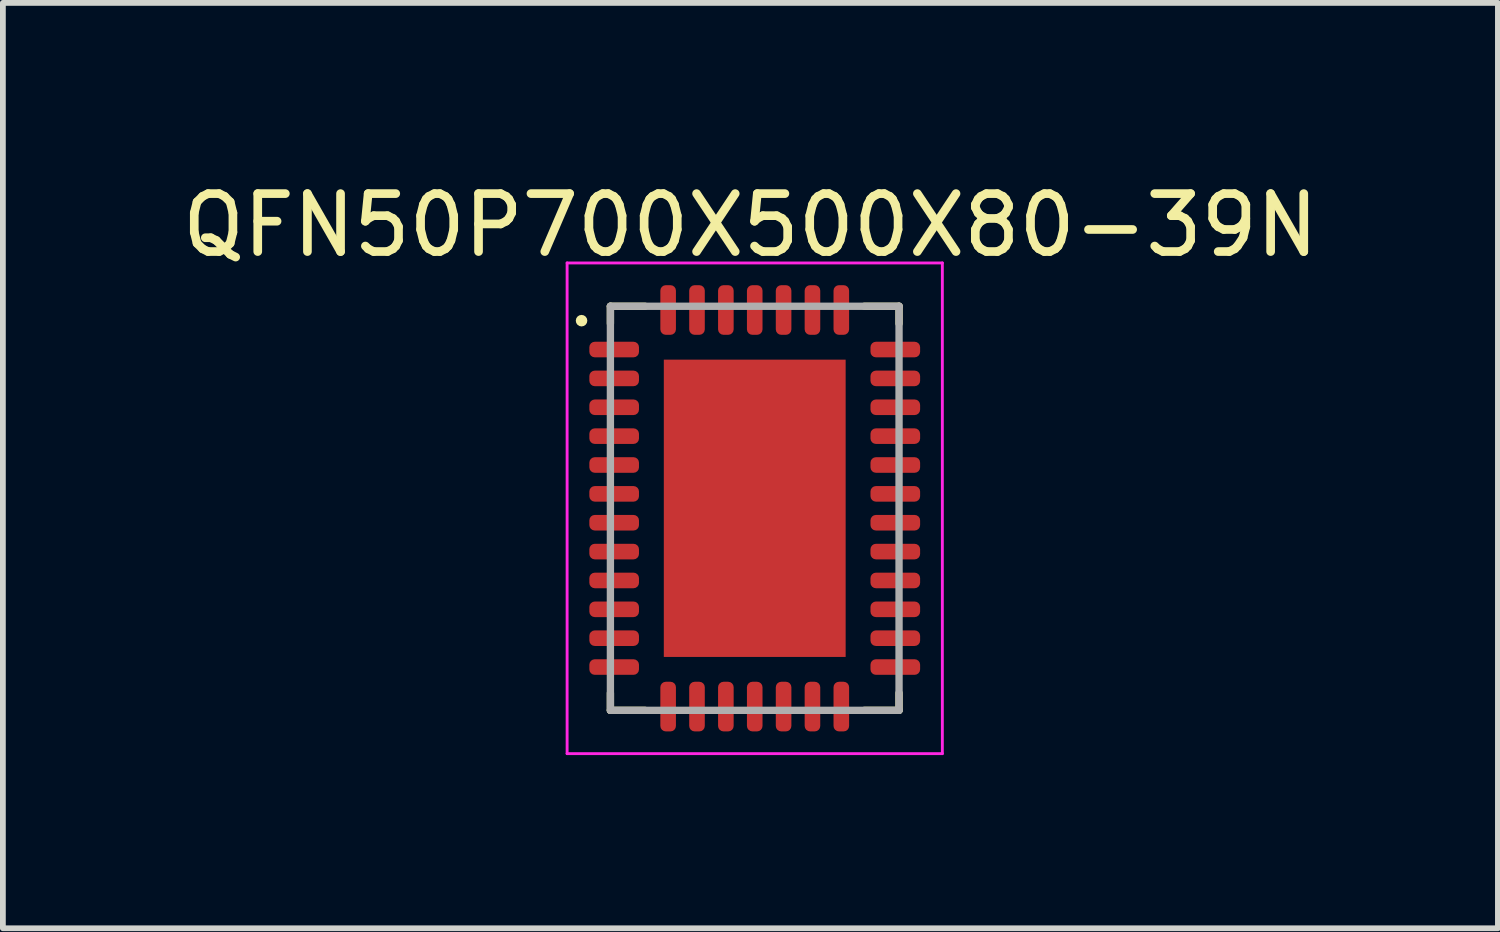
<source format=kicad_pcb>
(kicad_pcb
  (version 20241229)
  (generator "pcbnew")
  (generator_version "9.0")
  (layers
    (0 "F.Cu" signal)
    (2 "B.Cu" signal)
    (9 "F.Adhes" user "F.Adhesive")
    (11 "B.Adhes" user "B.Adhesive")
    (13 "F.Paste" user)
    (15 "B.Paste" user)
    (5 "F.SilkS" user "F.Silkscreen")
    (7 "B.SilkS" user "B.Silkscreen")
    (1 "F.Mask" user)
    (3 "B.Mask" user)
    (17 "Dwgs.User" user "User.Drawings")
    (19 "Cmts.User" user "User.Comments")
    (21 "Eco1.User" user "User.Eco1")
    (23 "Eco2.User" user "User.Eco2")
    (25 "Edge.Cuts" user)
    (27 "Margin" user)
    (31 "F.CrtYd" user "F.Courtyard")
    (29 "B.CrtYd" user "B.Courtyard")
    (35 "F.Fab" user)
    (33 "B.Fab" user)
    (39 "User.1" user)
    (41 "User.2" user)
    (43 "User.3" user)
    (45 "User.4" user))
  (footprint "QFN50P700X500X80-39N"
    (layer "F.Cu")
    (at 10.024 5.755)
    (property "Reference" "QFN50P700X500X80-39N" (at -0.075 -4.904 0) (layer "F.SilkS") (effects (font (size 1.004 1.004) (thickness 0.15))))
    (attr smd)
    (fp_line (start -2.5 -3.5) (end -2.5 -3.2) (stroke (width 0.127) (type solid)) (layer "F.SilkS"))
    (fp_line (start -2.5 3.2) (end -2.5 3.5) (stroke (width 0.127) (type solid)) (layer "F.SilkS"))
    (fp_line (start -2.5 3.5) (end -1.9 3.5) (stroke (width 0.127) (type solid)) (layer "F.SilkS"))
    (fp_line (start -1.9 -3.5) (end -2.5 -3.5) (stroke (width 0.127) (type solid)) (layer "F.SilkS"))
    (fp_line (start 1.9 -3.5) (end 2.5 -3.5) (stroke (width 0.127) (type solid)) (layer "F.SilkS"))
    (fp_line (start 1.9 3.5) (end 2.5 3.5) (stroke (width 0.127) (type solid)) (layer "F.SilkS"))
    (fp_line (start 2.5 -3.5) (end 2.5 -3.2) (stroke (width 0.127) (type solid)) (layer "F.SilkS"))
    (fp_line (start 2.5 3.5) (end 2.5 3.2) (stroke (width 0.127) (type solid)) (layer "F.SilkS"))
    (fp_circle (center -3 -3.25) (end -2.95 -3.25) (stroke (width 0.1) (type solid)) (fill no) (layer "F.SilkS"))
    (fp_poly (pts (xy -1.005 -1.63) (xy 1 -1.63) (xy 1 1.638) (xy -1.005 1.638)) (stroke (width 0.01) (type solid)) (fill yes) (layer "F.Paste"))
    (fp_line (start -3.25 -4.25) (end 3.25 -4.25) (stroke (width 0.05) (type solid)) (layer "F.CrtYd"))
    (fp_line (start -3.25 4.25) (end -3.25 -4.25) (stroke (width 0.05) (type solid)) (layer "F.CrtYd"))
    (fp_line (start 3.25 -4.25) (end 3.25 4.25) (stroke (width 0.05) (type solid)) (layer "F.CrtYd"))
    (fp_line (start 3.25 4.25) (end -3.25 4.25) (stroke (width 0.05) (type solid)) (layer "F.CrtYd"))
    (fp_line (start -2.5 -3.5) (end 2.5 -3.5) (stroke (width 0.127) (type solid)) (layer "F.Fab"))
    (fp_line (start -2.5 3.5) (end -2.5 -3.5) (stroke (width 0.127) (type solid)) (layer "F.Fab"))
    (fp_line (start 2.5 -3.5) (end 2.5 3.5) (stroke (width 0.127) (type solid)) (layer "F.Fab"))
    (fp_line (start 2.5 3.5) (end -2.5 3.5) (stroke (width 0.127) (type solid)) (layer "F.Fab"))
    (pad "1" smd roundrect (at -2.435 -2.75) (size 0.86 0.27) (layers "F.Cu" "F.Mask" "F.Paste") (roundrect_rratio 0.35))
    (pad "2" smd roundrect (at -2.435 -2.25) (size 0.86 0.27) (layers "F.Cu" "F.Mask" "F.Paste") (roundrect_rratio 0.35))
    (pad "3" smd roundrect (at -2.435 -1.75) (size 0.86 0.27) (layers "F.Cu" "F.Mask" "F.Paste") (roundrect_rratio 0.35))
    (pad "4" smd roundrect (at -2.435 -1.25) (size 0.86 0.27) (layers "F.Cu" "F.Mask" "F.Paste") (roundrect_rratio 0.35))
    (pad "5" smd roundrect (at -2.435 -0.75) (size 0.86 0.27) (layers "F.Cu" "F.Mask" "F.Paste") (roundrect_rratio 0.35))
    (pad "6" smd roundrect (at -2.435 -0.25) (size 0.86 0.27) (layers "F.Cu" "F.Mask" "F.Paste") (roundrect_rratio 0.35))
    (pad "7" smd roundrect (at -2.435 0.25) (size 0.86 0.27) (layers "F.Cu" "F.Mask" "F.Paste") (roundrect_rratio 0.35))
    (pad "8" smd roundrect (at -2.435 0.75) (size 0.86 0.27) (layers "F.Cu" "F.Mask" "F.Paste") (roundrect_rratio 0.35))
    (pad "9" smd roundrect (at -2.435 1.25) (size 0.86 0.27) (layers "F.Cu" "F.Mask" "F.Paste") (roundrect_rratio 0.35))
    (pad "10" smd roundrect (at -2.435 1.75) (size 0.86 0.27) (layers "F.Cu" "F.Mask" "F.Paste") (roundrect_rratio 0.35))
    (pad "11" smd roundrect (at -2.435 2.25) (size 0.86 0.27) (layers "F.Cu" "F.Mask" "F.Paste") (roundrect_rratio 0.35))
    (pad "12" smd roundrect (at -2.435 2.75) (size 0.86 0.27) (layers "F.Cu" "F.Mask" "F.Paste") (roundrect_rratio 0.35))
    (pad "13" smd roundrect (at -1.5 3.435) (size 0.27 0.86) (layers "F.Cu" "F.Mask" "F.Paste") (roundrect_rratio 0.35))
    (pad "14" smd roundrect (at -1 3.435) (size 0.27 0.86) (layers "F.Cu" "F.Mask" "F.Paste") (roundrect_rratio 0.35))
    (pad "15" smd roundrect (at -0.5 3.435) (size 0.27 0.86) (layers "F.Cu" "F.Mask" "F.Paste") (roundrect_rratio 0.35))
    (pad "16" smd roundrect (at 0 3.435) (size 0.27 0.86) (layers "F.Cu" "F.Mask" "F.Paste") (roundrect_rratio 0.35))
    (pad "17" smd roundrect (at 0.5 3.435) (size 0.27 0.86) (layers "F.Cu" "F.Mask" "F.Paste") (roundrect_rratio 0.35))
    (pad "18" smd roundrect (at 1 3.435) (size 0.27 0.86) (layers "F.Cu" "F.Mask" "F.Paste") (roundrect_rratio 0.35))
    (pad "19" smd roundrect (at 1.5 3.435) (size 0.27 0.86) (layers "F.Cu" "F.Mask" "F.Paste") (roundrect_rratio 0.35))
    (pad "20" smd roundrect (at 2.435 2.75) (size 0.86 0.27) (layers "F.Cu" "F.Mask" "F.Paste") (roundrect_rratio 0.35))
    (pad "21" smd roundrect (at 2.435 2.25) (size 0.86 0.27) (layers "F.Cu" "F.Mask" "F.Paste") (roundrect_rratio 0.35))
    (pad "22" smd roundrect (at 2.435 1.75) (size 0.86 0.27) (layers "F.Cu" "F.Mask" "F.Paste") (roundrect_rratio 0.35))
    (pad "23" smd roundrect (at 2.435 1.25) (size 0.86 0.27) (layers "F.Cu" "F.Mask" "F.Paste") (roundrect_rratio 0.35))
    (pad "24" smd roundrect (at 2.435 0.75) (size 0.86 0.27) (layers "F.Cu" "F.Mask" "F.Paste") (roundrect_rratio 0.35))
    (pad "25" smd roundrect (at 2.435 0.25) (size 0.86 0.27) (layers "F.Cu" "F.Mask" "F.Paste") (roundrect_rratio 0.35))
    (pad "26" smd roundrect (at 2.435 -0.25) (size 0.86 0.27) (layers "F.Cu" "F.Mask" "F.Paste") (roundrect_rratio 0.35))
    (pad "27" smd roundrect (at 2.435 -0.75) (size 0.86 0.27) (layers "F.Cu" "F.Mask" "F.Paste") (roundrect_rratio 0.35))
    (pad "28" smd roundrect (at 2.435 -1.25) (size 0.86 0.27) (layers "F.Cu" "F.Mask" "F.Paste") (roundrect_rratio 0.35))
    (pad "29" smd roundrect (at 2.435 -1.75) (size 0.86 0.27) (layers "F.Cu" "F.Mask" "F.Paste") (roundrect_rratio 0.35))
    (pad "30" smd roundrect (at 2.435 -2.25) (size 0.86 0.27) (layers "F.Cu" "F.Mask" "F.Paste") (roundrect_rratio 0.35))
    (pad "31" smd roundrect (at 2.435 -2.75) (size 0.86 0.27) (layers "F.Cu" "F.Mask" "F.Paste") (roundrect_rratio 0.35))
    (pad "32" smd roundrect (at 1.5 -3.435) (size 0.27 0.86) (layers "F.Cu" "F.Mask" "F.Paste") (roundrect_rratio 0.35))
    (pad "33" smd roundrect (at 1 -3.435) (size 0.27 0.86) (layers "F.Cu" "F.Mask" "F.Paste") (roundrect_rratio 0.35))
    (pad "34" smd roundrect (at 0.5 -3.435) (size 0.27 0.86) (layers "F.Cu" "F.Mask" "F.Paste") (roundrect_rratio 0.35))
    (pad "35" smd roundrect (at 0 -3.435) (size 0.27 0.86) (layers "F.Cu" "F.Mask" "F.Paste") (roundrect_rratio 0.35))
    (pad "36" smd roundrect (at -0.5 -3.435) (size 0.27 0.86) (layers "F.Cu" "F.Mask" "F.Paste") (roundrect_rratio 0.35))
    (pad "37" smd roundrect (at -1 -3.435) (size 0.27 0.86) (layers "F.Cu" "F.Mask" "F.Paste") (roundrect_rratio 0.35))
    (pad "38" smd roundrect (at -1.5 -3.435) (size 0.27 0.86) (layers "F.Cu" "F.Mask" "F.Paste") (roundrect_rratio 0.35))
    (pad "39" smd rect (at 0 0) (size 3.15 5.15) (layers "F.Cu" "F.Mask")))
  (gr_rect
    (start -3 -3)
    (end 22.898 13.03)
    (stroke (width 0.1) (type default))
    (fill no)
    (layer "Edge.Cuts")))
</source>
